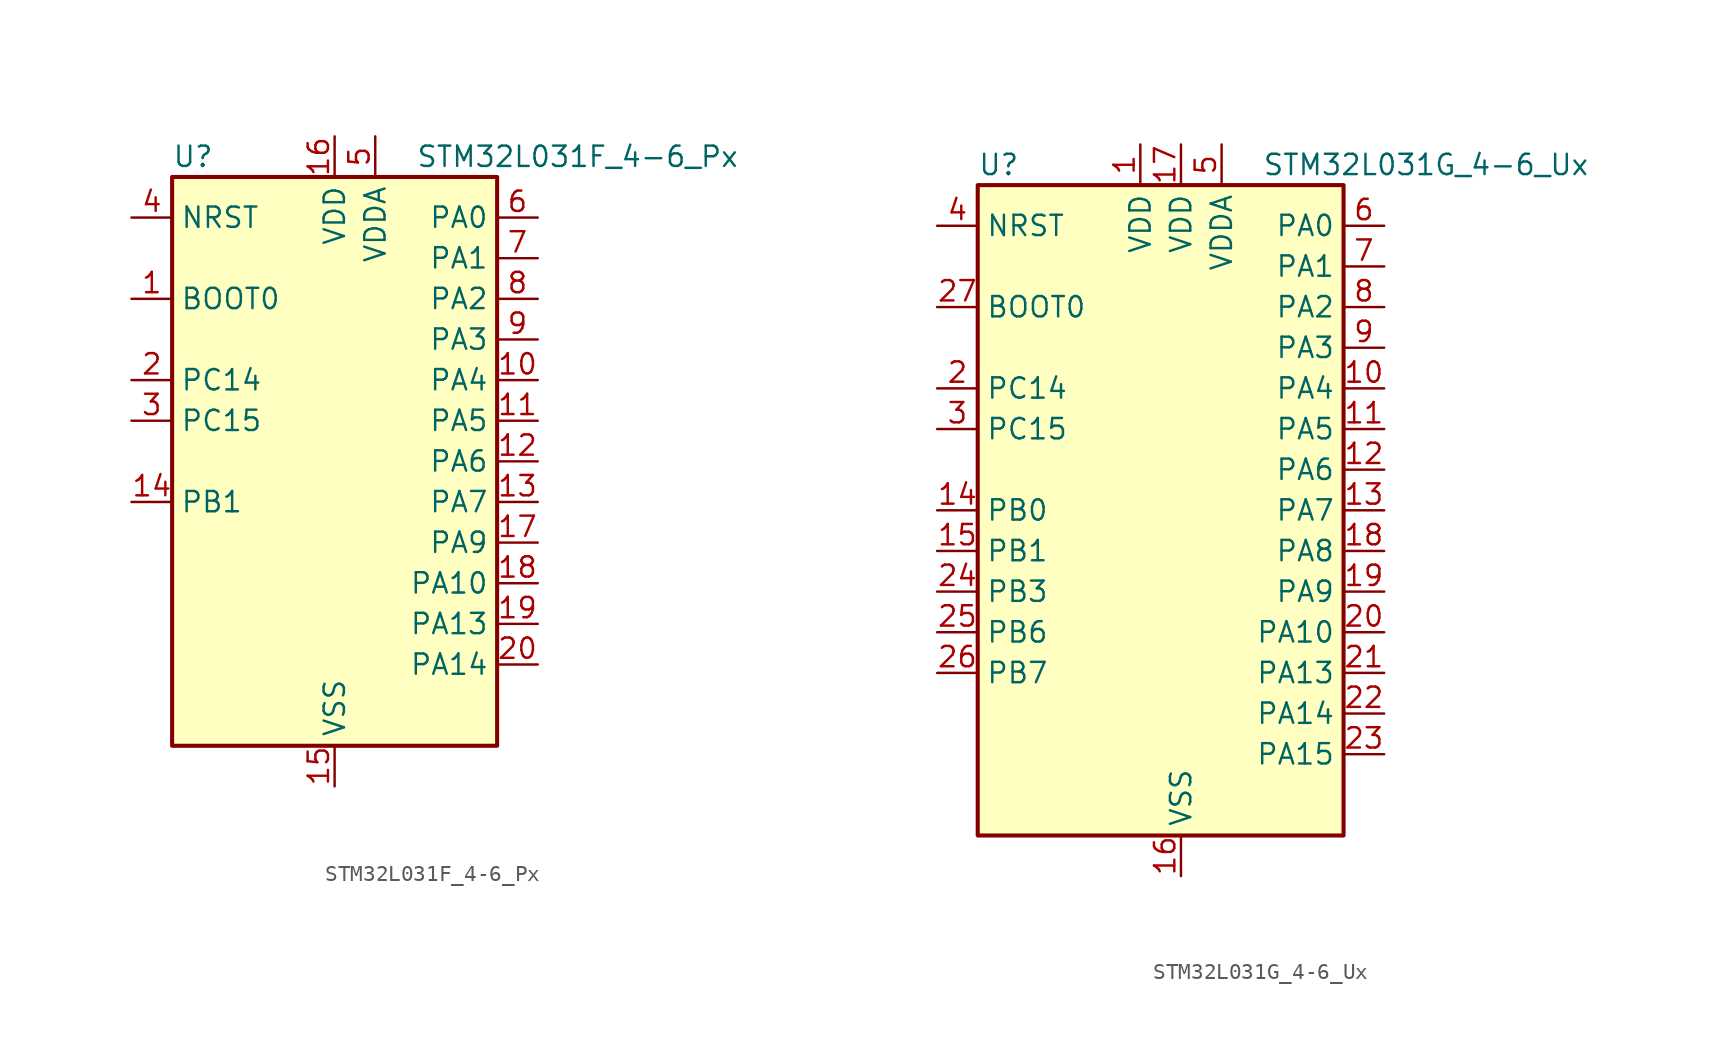
<source format=kicad_sym>
(kicad_symbol_lib
  (version 20220914)
  (generator kicad_symbol_editor)
  (symbol "STM32L031F_4-6_Px"
    (property "Reference" "U"
      (at -10.16 19.05 0)
      (effects (font (size 1.27 1.27)) (justify left)))
    (property "Value" "STM32L031F_4-6_Px"
      (at 5.08 19.05 0)
      (effects (font (size 1.27 1.27)) (justify left)))
    (property "ki_locked" ""
      (at 0 0 0)
      (effects (font (size 1.27 1.27))))
    (symbol "STM32L031F_4-6_Px_0_1"
      (rectangle (start -10.16 -17.78) (end 10.16 17.78) (stroke (width 0.254) (type default)) (fill (type background))))
    (symbol "STM32L031F_4-6_Px_1_1"
      (pin input line (at -12.7 10.16 0) (length 2.54) (name "BOOT0" (effects (font (size 1.27 1.27)))) (number "1" (effects (font (size 1.27 1.27)))))
      (pin bidirectional line (at 12.7 5.08 180) (length 2.54) (name "PA4" (effects (font (size 1.27 1.27)))) (number "10" (effects (font (size 1.27 1.27)))) (alternate "ADC_IN4" bidirectional line) (alternate "COMP1_INM" bidirectional line) (alternate "COMP2_INM" bidirectional line) (alternate "LPTIM1_IN1" bidirectional line) (alternate "SPI1_NSS" bidirectional line) (alternate "TIM22_ETR" bidirectional line) (alternate "USART2_CK" bidirectional line))
      (pin bidirectional line (at 12.7 2.54 180) (length 2.54) (name "PA5" (effects (font (size 1.27 1.27)))) (number "11" (effects (font (size 1.27 1.27)))) (alternate "ADC_IN5" bidirectional line) (alternate "COMP1_INM" bidirectional line) (alternate "COMP2_INM" bidirectional line) (alternate "LPTIM1_IN2" bidirectional line) (alternate "SPI1_SCK" bidirectional line) (alternate "TIM2_CH1" bidirectional line) (alternate "TIM2_ETR" bidirectional line))
      (pin bidirectional line (at 12.7 0 180) (length 2.54) (name "PA6" (effects (font (size 1.27 1.27)))) (number "12" (effects (font (size 1.27 1.27)))) (alternate "ADC_IN6" bidirectional line) (alternate "COMP1_OUT" bidirectional line) (alternate "LPTIM1_ETR" bidirectional line) (alternate "LPUART1_CTS" bidirectional line) (alternate "SPI1_MISO" bidirectional line) (alternate "TIM22_CH1" bidirectional line))
      (pin bidirectional line (at 12.7 -2.54 180) (length 2.54) (name "PA7" (effects (font (size 1.27 1.27)))) (number "13" (effects (font (size 1.27 1.27)))) (alternate "ADC_IN7" bidirectional line) (alternate "COMP2_OUT" bidirectional line) (alternate "LPTIM1_OUT" bidirectional line) (alternate "SPI1_MOSI" bidirectional line) (alternate "TIM22_CH2" bidirectional line) (alternate "USART2_CTS" bidirectional line))
      (pin bidirectional line (at -12.7 -2.54 0) (length 2.54) (name "PB1" (effects (font (size 1.27 1.27)))) (number "14" (effects (font (size 1.27 1.27)))) (alternate "ADC_IN9" bidirectional line) (alternate "LPUART1_DE" bidirectional line) (alternate "LPUART1_RTS" bidirectional line) (alternate "SPI1_MOSI" bidirectional line) (alternate "SYS_VREF_OUT_PB1" bidirectional line) (alternate "TIM2_CH4" bidirectional line) (alternate "USART2_CK" bidirectional line))
      (pin power_in line (at 0 -20.32 90) (length 2.54) (name "VSS" (effects (font (size 1.27 1.27)))) (number "15" (effects (font (size 1.27 1.27)))))
      (pin power_in line (at 0 20.32 270) (length 2.54) (name "VDD" (effects (font (size 1.27 1.27)))) (number "16" (effects (font (size 1.27 1.27)))))
      (pin bidirectional line (at 12.7 -5.08 180) (length 2.54) (name "PA9" (effects (font (size 1.27 1.27)))) (number "17" (effects (font (size 1.27 1.27)))) (alternate "I2C1_SCL" bidirectional line) (alternate "RCC_MCO" bidirectional line) (alternate "TIM22_CH1" bidirectional line) (alternate "USART2_TX" bidirectional line))
      (pin bidirectional line (at 12.7 -7.62 180) (length 2.54) (name "PA10" (effects (font (size 1.27 1.27)))) (number "18" (effects (font (size 1.27 1.27)))) (alternate "I2C1_SDA" bidirectional line) (alternate "TIM22_CH2" bidirectional line) (alternate "USART2_RX" bidirectional line))
      (pin bidirectional line (at 12.7 -10.16 180) (length 2.54) (name "PA13" (effects (font (size 1.27 1.27)))) (number "19" (effects (font (size 1.27 1.27)))) (alternate "LPTIM1_ETR" bidirectional line) (alternate "LPUART1_RX" bidirectional line) (alternate "SYS_SWDIO" bidirectional line))
      (pin bidirectional line (at -12.7 5.08 0) (length 2.54) (name "PC14" (effects (font (size 1.27 1.27)))) (number "2" (effects (font (size 1.27 1.27)))) (alternate "RCC_OSC32_IN" bidirectional line))
      (pin bidirectional line (at 12.7 -12.7 180) (length 2.54) (name "PA14" (effects (font (size 1.27 1.27)))) (number "20" (effects (font (size 1.27 1.27)))) (alternate "I2C1_SMBA" bidirectional line) (alternate "LPTIM1_OUT" bidirectional line) (alternate "LPUART1_TX" bidirectional line) (alternate "SYS_SWCLK" bidirectional line) (alternate "USART2_TX" bidirectional line))
      (pin bidirectional line (at -12.7 2.54 0) (length 2.54) (name "PC15" (effects (font (size 1.27 1.27)))) (number "3" (effects (font (size 1.27 1.27)))) (alternate "RCC_OSC32_OUT" bidirectional line))
      (pin input line (at -12.7 15.24 0) (length 2.54) (name "NRST" (effects (font (size 1.27 1.27)))) (number "4" (effects (font (size 1.27 1.27)))))
      (pin power_in line (at 2.54 20.32 270) (length 2.54) (name "VDDA" (effects (font (size 1.27 1.27)))) (number "5" (effects (font (size 1.27 1.27)))))
      (pin bidirectional line (at 12.7 15.24 180) (length 2.54) (name "PA0" (effects (font (size 1.27 1.27)))) (number "6" (effects (font (size 1.27 1.27)))) (alternate "ADC_IN0" bidirectional line) (alternate "COMP1_INM" bidirectional line) (alternate "COMP1_OUT" bidirectional line) (alternate "LPTIM1_IN1" bidirectional line) (alternate "RCC_CK_IN" bidirectional line) (alternate "RTC_TAMP2" bidirectional line) (alternate "SYS_WKUP1" bidirectional line) (alternate "TIM2_CH1" bidirectional line) (alternate "TIM2_ETR" bidirectional line) (alternate "USART2_CTS" bidirectional line))
      (pin bidirectional line (at 12.7 12.7 180) (length 2.54) (name "PA1" (effects (font (size 1.27 1.27)))) (number "7" (effects (font (size 1.27 1.27)))) (alternate "ADC_IN1" bidirectional line) (alternate "COMP1_INP" bidirectional line) (alternate "I2C1_SMBA" bidirectional line) (alternate "LPTIM1_IN2" bidirectional line) (alternate "TIM21_ETR" bidirectional line) (alternate "TIM2_CH2" bidirectional line) (alternate "USART2_DE" bidirectional line) (alternate "USART2_RTS" bidirectional line))
      (pin bidirectional line (at 12.7 10.16 180) (length 2.54) (name "PA2" (effects (font (size 1.27 1.27)))) (number "8" (effects (font (size 1.27 1.27)))) (alternate "ADC_IN2" bidirectional line) (alternate "COMP2_INM" bidirectional line) (alternate "COMP2_OUT" bidirectional line) (alternate "LPUART1_TX" bidirectional line) (alternate "RTC_OUT_ALARM" bidirectional line) (alternate "RTC_OUT_CALIB" bidirectional line) (alternate "RTC_TAMP3" bidirectional line) (alternate "RTC_TS" bidirectional line) (alternate "SYS_WKUP3" bidirectional line) (alternate "TIM21_CH1" bidirectional line) (alternate "TIM2_CH3" bidirectional line) (alternate "USART2_TX" bidirectional line))
      (pin bidirectional line (at 12.7 7.62 180) (length 2.54) (name "PA3" (effects (font (size 1.27 1.27)))) (number "9" (effects (font (size 1.27 1.27)))) (alternate "ADC_IN3" bidirectional line) (alternate "COMP2_INP" bidirectional line) (alternate "LPUART1_RX" bidirectional line) (alternate "TIM21_CH2" bidirectional line) (alternate "TIM2_CH4" bidirectional line) (alternate "USART2_RX" bidirectional line))))
  (symbol "STM32L031G_4-6_Ux"
    (property "Reference" "U"
      (at -10.16 21.59 0)
      (effects (font (size 1.27 1.27)) (justify left)))
    (property "Value" "STM32L031G_4-6_Ux"
      (at 7.62 21.59 0)
      (effects (font (size 1.27 1.27)) (justify left)))
    (property "ki_locked" ""
      (at 0 0 0)
      (effects (font (size 1.27 1.27))))
    (symbol "STM32L031G_4-6_Ux_0_1"
      (rectangle (start -10.16 -20.32) (end 12.7 20.32) (stroke (width 0.254) (type default)) (fill (type background))))
    (symbol "STM32L031G_4-6_Ux_1_1"
      (pin power_in line (at 0 22.86 270) (length 2.54) (name "VDD" (effects (font (size 1.27 1.27)))) (number "1" (effects (font (size 1.27 1.27)))))
      (pin bidirectional line (at 15.24 7.62 180) (length 2.54) (name "PA4" (effects (font (size 1.27 1.27)))) (number "10" (effects (font (size 1.27 1.27)))) (alternate "ADC_IN4" bidirectional line) (alternate "COMP1_INM" bidirectional line) (alternate "COMP2_INM" bidirectional line) (alternate "LPTIM1_IN1" bidirectional line) (alternate "SPI1_NSS" bidirectional line) (alternate "TIM22_ETR" bidirectional line) (alternate "USART2_CK" bidirectional line))
      (pin bidirectional line (at 15.24 5.08 180) (length 2.54) (name "PA5" (effects (font (size 1.27 1.27)))) (number "11" (effects (font (size 1.27 1.27)))) (alternate "ADC_IN5" bidirectional line) (alternate "COMP1_INM" bidirectional line) (alternate "COMP2_INM" bidirectional line) (alternate "LPTIM1_IN2" bidirectional line) (alternate "SPI1_SCK" bidirectional line) (alternate "TIM2_CH1" bidirectional line) (alternate "TIM2_ETR" bidirectional line))
      (pin bidirectional line (at 15.24 2.54 180) (length 2.54) (name "PA6" (effects (font (size 1.27 1.27)))) (number "12" (effects (font (size 1.27 1.27)))) (alternate "ADC_IN6" bidirectional line) (alternate "COMP1_OUT" bidirectional line) (alternate "LPTIM1_ETR" bidirectional line) (alternate "LPUART1_CTS" bidirectional line) (alternate "SPI1_MISO" bidirectional line) (alternate "TIM22_CH1" bidirectional line))
      (pin bidirectional line (at 15.24 0 180) (length 2.54) (name "PA7" (effects (font (size 1.27 1.27)))) (number "13" (effects (font (size 1.27 1.27)))) (alternate "ADC_IN7" bidirectional line) (alternate "COMP2_OUT" bidirectional line) (alternate "LPTIM1_OUT" bidirectional line) (alternate "SPI1_MOSI" bidirectional line) (alternate "TIM22_CH2" bidirectional line) (alternate "USART2_CTS" bidirectional line))
      (pin bidirectional line (at -12.7 0 0) (length 2.54) (name "PB0" (effects (font (size 1.27 1.27)))) (number "14" (effects (font (size 1.27 1.27)))) (alternate "ADC_IN8" bidirectional line) (alternate "SPI1_MISO" bidirectional line) (alternate "SYS_VREF_OUT_PB0" bidirectional line) (alternate "TIM2_CH3" bidirectional line) (alternate "USART2_DE" bidirectional line) (alternate "USART2_RTS" bidirectional line))
      (pin bidirectional line (at -12.7 -2.54 0) (length 2.54) (name "PB1" (effects (font (size 1.27 1.27)))) (number "15" (effects (font (size 1.27 1.27)))) (alternate "ADC_IN9" bidirectional line) (alternate "LPUART1_DE" bidirectional line) (alternate "LPUART1_RTS" bidirectional line) (alternate "SPI1_MOSI" bidirectional line) (alternate "SYS_VREF_OUT_PB1" bidirectional line) (alternate "TIM2_CH4" bidirectional line) (alternate "USART2_CK" bidirectional line))
      (pin power_in line (at 2.54 -22.86 90) (length 2.54) (name "VSS" (effects (font (size 1.27 1.27)))) (number "16" (effects (font (size 1.27 1.27)))))
      (pin power_in line (at 2.54 22.86 270) (length 2.54) (name "VDD" (effects (font (size 1.27 1.27)))) (number "17" (effects (font (size 1.27 1.27)))))
      (pin bidirectional line (at 15.24 -2.54 180) (length 2.54) (name "PA8" (effects (font (size 1.27 1.27)))) (number "18" (effects (font (size 1.27 1.27)))) (alternate "LPTIM1_IN1" bidirectional line) (alternate "RCC_MCO" bidirectional line) (alternate "TIM2_CH1" bidirectional line) (alternate "USART2_CK" bidirectional line))
      (pin bidirectional line (at 15.24 -5.08 180) (length 2.54) (name "PA9" (effects (font (size 1.27 1.27)))) (number "19" (effects (font (size 1.27 1.27)))) (alternate "I2C1_SCL" bidirectional line) (alternate "RCC_MCO" bidirectional line) (alternate "TIM22_CH1" bidirectional line) (alternate "USART2_TX" bidirectional line))
      (pin bidirectional line (at -12.7 7.62 0) (length 2.54) (name "PC14" (effects (font (size 1.27 1.27)))) (number "2" (effects (font (size 1.27 1.27)))) (alternate "RCC_OSC32_IN" bidirectional line))
      (pin bidirectional line (at 15.24 -7.62 180) (length 2.54) (name "PA10" (effects (font (size 1.27 1.27)))) (number "20" (effects (font (size 1.27 1.27)))) (alternate "I2C1_SDA" bidirectional line) (alternate "TIM22_CH2" bidirectional line) (alternate "USART2_RX" bidirectional line))
      (pin bidirectional line (at 15.24 -10.16 180) (length 2.54) (name "PA13" (effects (font (size 1.27 1.27)))) (number "21" (effects (font (size 1.27 1.27)))) (alternate "LPTIM1_ETR" bidirectional line) (alternate "LPUART1_RX" bidirectional line) (alternate "SYS_SWDIO" bidirectional line))
      (pin bidirectional line (at 15.24 -12.7 180) (length 2.54) (name "PA14" (effects (font (size 1.27 1.27)))) (number "22" (effects (font (size 1.27 1.27)))) (alternate "I2C1_SMBA" bidirectional line) (alternate "LPTIM1_OUT" bidirectional line) (alternate "LPUART1_TX" bidirectional line) (alternate "SYS_SWCLK" bidirectional line) (alternate "USART2_TX" bidirectional line))
      (pin bidirectional line (at 15.24 -15.24 180) (length 2.54) (name "PA15" (effects (font (size 1.27 1.27)))) (number "23" (effects (font (size 1.27 1.27)))) (alternate "SPI1_NSS" bidirectional line) (alternate "TIM2_CH1" bidirectional line) (alternate "TIM2_ETR" bidirectional line) (alternate "USART2_RX" bidirectional line))
      (pin bidirectional line (at -12.7 -5.08 0) (length 2.54) (name "PB3" (effects (font (size 1.27 1.27)))) (number "24" (effects (font (size 1.27 1.27)))) (alternate "COMP2_INM" bidirectional line) (alternate "SPI1_SCK" bidirectional line) (alternate "TIM2_CH2" bidirectional line))
      (pin bidirectional line (at -12.7 -7.62 0) (length 2.54) (name "PB6" (effects (font (size 1.27 1.27)))) (number "25" (effects (font (size 1.27 1.27)))) (alternate "COMP2_INP" bidirectional line) (alternate "I2C1_SCL" bidirectional line) (alternate "LPTIM1_ETR" bidirectional line) (alternate "TIM21_CH1" bidirectional line) (alternate "USART2_TX" bidirectional line))
      (pin bidirectional line (at -12.7 -10.16 0) (length 2.54) (name "PB7" (effects (font (size 1.27 1.27)))) (number "26" (effects (font (size 1.27 1.27)))) (alternate "COMP2_INP" bidirectional line) (alternate "I2C1_SDA" bidirectional line) (alternate "LPTIM1_IN2" bidirectional line) (alternate "SYS_PVD_IN" bidirectional line) (alternate "USART2_RX" bidirectional line))
      (pin input line (at -12.7 12.7 0) (length 2.54) (name "BOOT0" (effects (font (size 1.27 1.27)))) (number "27" (effects (font (size 1.27 1.27)))))
      (pin passive line (at 2.54 -22.86 90) (length 2.54) hide (name "VSS" (effects (font (size 1.27 1.27)))) (number "28" (effects (font (size 1.27 1.27)))))
      (pin bidirectional line (at -12.7 5.08 0) (length 2.54) (name "PC15" (effects (font (size 1.27 1.27)))) (number "3" (effects (font (size 1.27 1.27)))) (alternate "RCC_OSC32_OUT" bidirectional line))
      (pin input line (at -12.7 17.78 0) (length 2.54) (name "NRST" (effects (font (size 1.27 1.27)))) (number "4" (effects (font (size 1.27 1.27)))))
      (pin power_in line (at 5.08 22.86 270) (length 2.54) (name "VDDA" (effects (font (size 1.27 1.27)))) (number "5" (effects (font (size 1.27 1.27)))))
      (pin bidirectional line (at 15.24 17.78 180) (length 2.54) (name "PA0" (effects (font (size 1.27 1.27)))) (number "6" (effects (font (size 1.27 1.27)))) (alternate "ADC_IN0" bidirectional line) (alternate "COMP1_INM" bidirectional line) (alternate "COMP1_OUT" bidirectional line) (alternate "LPTIM1_IN1" bidirectional line) (alternate "RCC_CK_IN" bidirectional line) (alternate "RTC_TAMP2" bidirectional line) (alternate "SYS_WKUP1" bidirectional line) (alternate "TIM2_CH1" bidirectional line) (alternate "TIM2_ETR" bidirectional line) (alternate "USART2_CTS" bidirectional line))
      (pin bidirectional line (at 15.24 15.24 180) (length 2.54) (name "PA1" (effects (font (size 1.27 1.27)))) (number "7" (effects (font (size 1.27 1.27)))) (alternate "ADC_IN1" bidirectional line) (alternate "COMP1_INP" bidirectional line) (alternate "I2C1_SMBA" bidirectional line) (alternate "LPTIM1_IN2" bidirectional line) (alternate "TIM21_ETR" bidirectional line) (alternate "TIM2_CH2" bidirectional line) (alternate "USART2_DE" bidirectional line) (alternate "USART2_RTS" bidirectional line))
      (pin bidirectional line (at 15.24 12.7 180) (length 2.54) (name "PA2" (effects (font (size 1.27 1.27)))) (number "8" (effects (font (size 1.27 1.27)))) (alternate "ADC_IN2" bidirectional line) (alternate "COMP2_INM" bidirectional line) (alternate "COMP2_OUT" bidirectional line) (alternate "LPUART1_TX" bidirectional line) (alternate "RTC_OUT_ALARM" bidirectional line) (alternate "RTC_OUT_CALIB" bidirectional line) (alternate "RTC_TAMP3" bidirectional line) (alternate "RTC_TS" bidirectional line) (alternate "SYS_WKUP3" bidirectional line) (alternate "TIM21_CH1" bidirectional line) (alternate "TIM2_CH3" bidirectional line) (alternate "USART2_TX" bidirectional line))
      (pin bidirectional line (at 15.24 10.16 180) (length 2.54) (name "PA3" (effects (font (size 1.27 1.27)))) (number "9" (effects (font (size 1.27 1.27)))) (alternate "ADC_IN3" bidirectional line) (alternate "COMP2_INP" bidirectional line) (alternate "LPUART1_RX" bidirectional line) (alternate "TIM21_CH2" bidirectional line) (alternate "TIM2_CH4" bidirectional line) (alternate "USART2_RX" bidirectional line)))))
</source>
